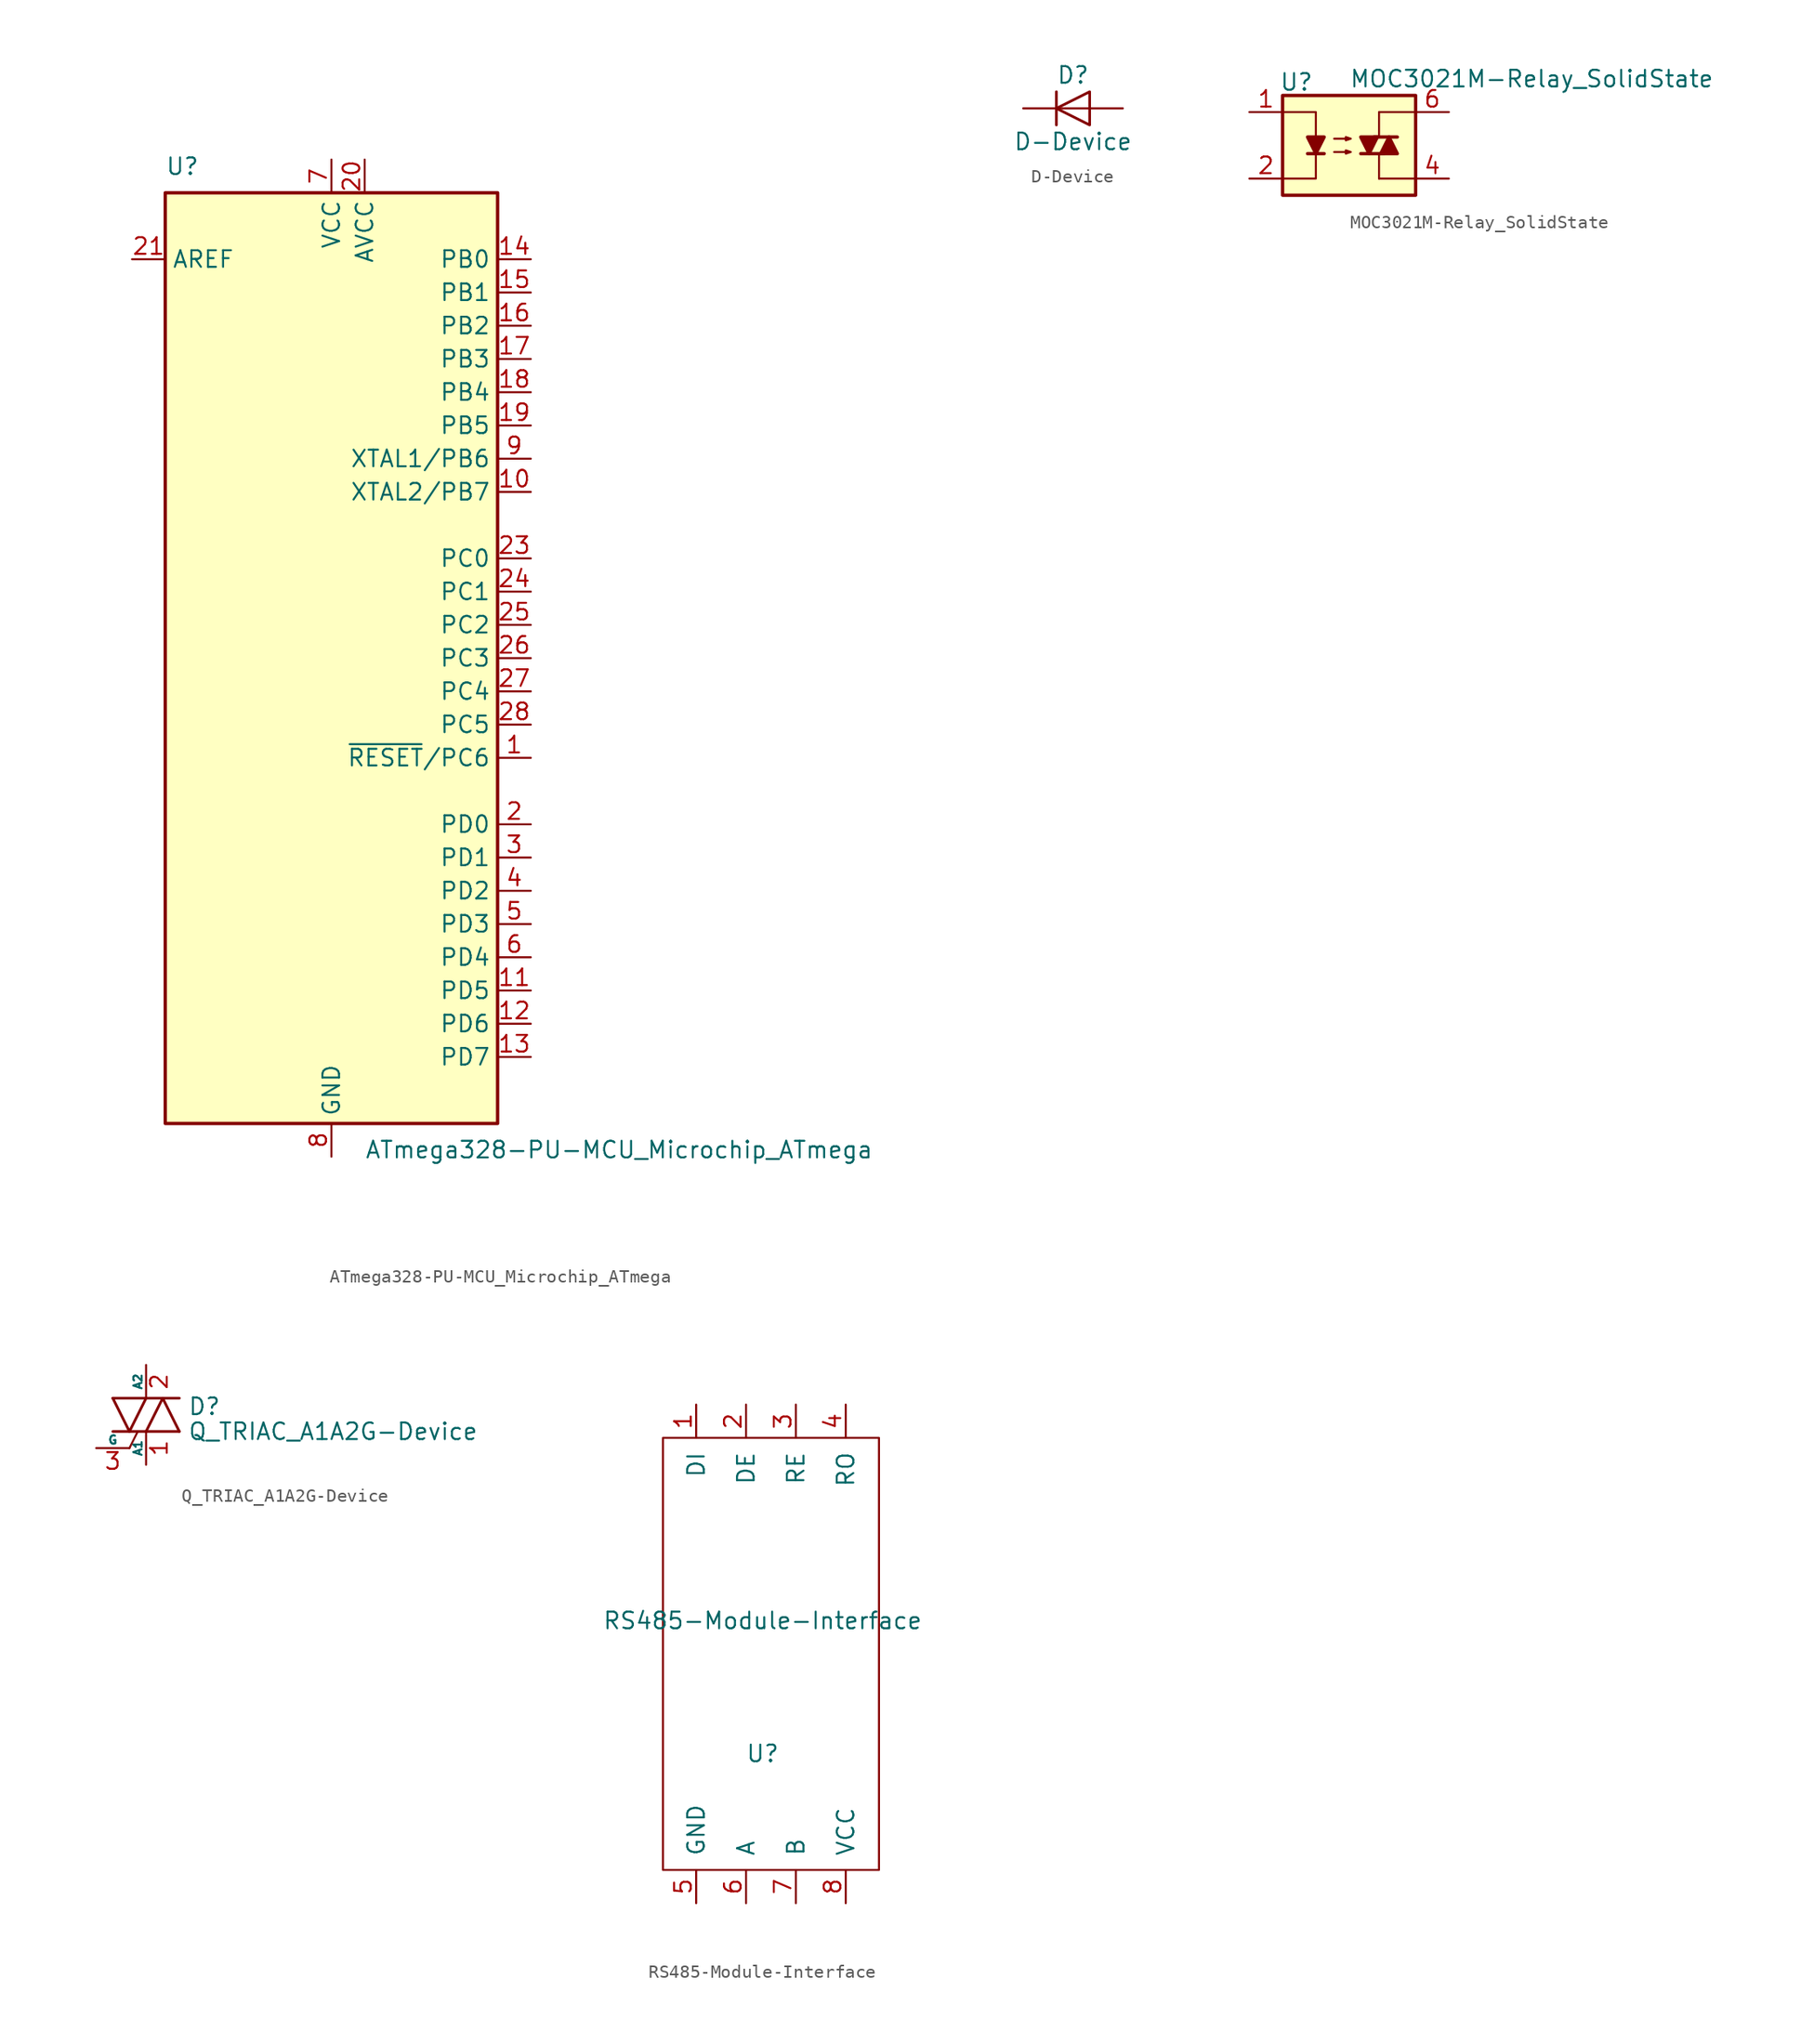
<source format=kicad_sym>
(kicad_symbol_lib
  (version 20220914)
  (generator kicad_symbol_editor)
  (symbol "ATmega328-PU-MCU_Microchip_ATmega"
    (property "Reference" "U"
      (at -12.7 36.83 0)
      (effects (font (size 1.27 1.27)) (justify left bottom)))
    (property "Value" "ATmega328-PU-MCU_Microchip_ATmega"
      (at 2.54 -36.83 0)
      (effects (font (size 1.27 1.27)) (justify left top)))
    (symbol "ATmega328-PU-MCU_Microchip_ATmega_0_1"
      (rectangle (start -12.7 -35.56) (end 12.7 35.56) (stroke (width 0.254) (type solid)) (fill (type background))))
    (symbol "ATmega328-PU-MCU_Microchip_ATmega_1_1"
      (pin bidirectional line (at 15.24 -7.62 180) (length 2.54) (name "~{RESET}/PC6" (effects (font (size 1.27 1.27)))) (number "1" (effects (font (size 1.27 1.27)))))
      (pin bidirectional line (at 15.24 12.7 180) (length 2.54) (name "XTAL2/PB7" (effects (font (size 1.27 1.27)))) (number "10" (effects (font (size 1.27 1.27)))))
      (pin bidirectional line (at 15.24 -25.4 180) (length 2.54) (name "PD5" (effects (font (size 1.27 1.27)))) (number "11" (effects (font (size 1.27 1.27)))))
      (pin bidirectional line (at 15.24 -27.94 180) (length 2.54) (name "PD6" (effects (font (size 1.27 1.27)))) (number "12" (effects (font (size 1.27 1.27)))))
      (pin bidirectional line (at 15.24 -30.48 180) (length 2.54) (name "PD7" (effects (font (size 1.27 1.27)))) (number "13" (effects (font (size 1.27 1.27)))))
      (pin bidirectional line (at 15.24 30.48 180) (length 2.54) (name "PB0" (effects (font (size 1.27 1.27)))) (number "14" (effects (font (size 1.27 1.27)))))
      (pin bidirectional line (at 15.24 27.94 180) (length 2.54) (name "PB1" (effects (font (size 1.27 1.27)))) (number "15" (effects (font (size 1.27 1.27)))))
      (pin bidirectional line (at 15.24 25.4 180) (length 2.54) (name "PB2" (effects (font (size 1.27 1.27)))) (number "16" (effects (font (size 1.27 1.27)))))
      (pin bidirectional line (at 15.24 22.86 180) (length 2.54) (name "PB3" (effects (font (size 1.27 1.27)))) (number "17" (effects (font (size 1.27 1.27)))))
      (pin bidirectional line (at 15.24 20.32 180) (length 2.54) (name "PB4" (effects (font (size 1.27 1.27)))) (number "18" (effects (font (size 1.27 1.27)))))
      (pin bidirectional line (at 15.24 17.78 180) (length 2.54) (name "PB5" (effects (font (size 1.27 1.27)))) (number "19" (effects (font (size 1.27 1.27)))))
      (pin bidirectional line (at 15.24 -12.7 180) (length 2.54) (name "PD0" (effects (font (size 1.27 1.27)))) (number "2" (effects (font (size 1.27 1.27)))))
      (pin power_in line (at 2.54 38.1 270) (length 2.54) (name "AVCC" (effects (font (size 1.27 1.27)))) (number "20" (effects (font (size 1.27 1.27)))))
      (pin input line (at -15.24 30.48 0) (length 2.54) (name "AREF" (effects (font (size 1.27 1.27)))) (number "21" (effects (font (size 1.27 1.27)))))
      (pin passive line (at 0 -38.1 90) (length 2.54) hide (name "GND" (effects (font (size 1.27 1.27)))) (number "22" (effects (font (size 1.27 1.27)))))
      (pin bidirectional line (at 15.24 7.62 180) (length 2.54) (name "PC0" (effects (font (size 1.27 1.27)))) (number "23" (effects (font (size 1.27 1.27)))))
      (pin bidirectional line (at 15.24 5.08 180) (length 2.54) (name "PC1" (effects (font (size 1.27 1.27)))) (number "24" (effects (font (size 1.27 1.27)))))
      (pin bidirectional line (at 15.24 2.54 180) (length 2.54) (name "PC2" (effects (font (size 1.27 1.27)))) (number "25" (effects (font (size 1.27 1.27)))))
      (pin bidirectional line (at 15.24 0 180) (length 2.54) (name "PC3" (effects (font (size 1.27 1.27)))) (number "26" (effects (font (size 1.27 1.27)))))
      (pin bidirectional line (at 15.24 -2.54 180) (length 2.54) (name "PC4" (effects (font (size 1.27 1.27)))) (number "27" (effects (font (size 1.27 1.27)))))
      (pin bidirectional line (at 15.24 -5.08 180) (length 2.54) (name "PC5" (effects (font (size 1.27 1.27)))) (number "28" (effects (font (size 1.27 1.27)))))
      (pin bidirectional line (at 15.24 -15.24 180) (length 2.54) (name "PD1" (effects (font (size 1.27 1.27)))) (number "3" (effects (font (size 1.27 1.27)))))
      (pin bidirectional line (at 15.24 -17.78 180) (length 2.54) (name "PD2" (effects (font (size 1.27 1.27)))) (number "4" (effects (font (size 1.27 1.27)))))
      (pin bidirectional line (at 15.24 -20.32 180) (length 2.54) (name "PD3" (effects (font (size 1.27 1.27)))) (number "5" (effects (font (size 1.27 1.27)))))
      (pin bidirectional line (at 15.24 -22.86 180) (length 2.54) (name "PD4" (effects (font (size 1.27 1.27)))) (number "6" (effects (font (size 1.27 1.27)))))
      (pin power_in line (at 0 38.1 270) (length 2.54) (name "VCC" (effects (font (size 1.27 1.27)))) (number "7" (effects (font (size 1.27 1.27)))))
      (pin power_in line (at 0 -38.1 90) (length 2.54) (name "GND" (effects (font (size 1.27 1.27)))) (number "8" (effects (font (size 1.27 1.27)))))
      (pin bidirectional line (at 15.24 15.24 180) (length 2.54) (name "XTAL1/PB6" (effects (font (size 1.27 1.27)))) (number "9" (effects (font (size 1.27 1.27)))))))
  (symbol "D-Device"
    (pin_numbers hide)
    (pin_names
      (offset 1.016) hide)
    (property "Reference" "D"
      (at 0 2.54 0)
      (effects (font (size 1.27 1.27))))
    (property "Value" "D-Device"
      (at 0 -2.54 0)
      (effects (font (size 1.27 1.27))))
    (symbol "D-Device_0_1"
      (polyline (pts (xy -1.27 1.27) (xy -1.27 -1.27)) (stroke (width 0.203) (type solid)) (fill (type none)))
      (polyline (pts (xy 1.27 0) (xy -1.27 0)) (stroke (width 0) (type solid)) (fill (type none)))
      (polyline (pts (xy 1.27 1.27) (xy 1.27 -1.27) (xy -1.27 0) (xy 1.27 1.27)) (stroke (width 0.203) (type solid)) (fill (type none))))
    (symbol "D-Device_1_1"
      (pin passive line (at -3.81 0 0) (length 2.54) (name "K" (effects (font (size 1.27 1.27)))) (number "1" (effects (font (size 1.27 1.27)))))
      (pin passive line (at 3.81 0 180) (length 2.54) (name "A" (effects (font (size 1.27 1.27)))) (number "2" (effects (font (size 1.27 1.27)))))))
  (symbol "MOC3021M-Relay_SolidState"
    (pin_names
      (offset 1.016))
    (property "Reference" "U"
      (at -5.334 4.826 0)
      (effects (font (size 1.27 1.27)) (justify left)))
    (property "Value" "MOC3021M-Relay_SolidState"
      (at 0 5.08 0)
      (effects (font (size 1.27 1.27)) (justify left)))
    (symbol "MOC3021M-Relay_SolidState_0_1"
      (rectangle (start -5.08 3.81) (end 5.08 -3.81) (stroke (width 0.254) (type solid)) (fill (type background)))
      (polyline (pts (xy -3.175 -0.635) (xy -1.905 -0.635)) (stroke (width 0.254) (type solid)) (fill (type none)))
      (polyline (pts (xy 1.905 0.635) (xy 3.683 0.635)) (stroke (width 0.254) (type solid)) (fill (type none)))
      (polyline (pts (xy 2.286 -2.54) (xy 2.286 -0.635)) (stroke (width 0) (type solid)) (fill (type none)))
      (polyline (pts (xy 2.286 -2.54) (xy 5.08 -2.54)) (stroke (width 0) (type solid)) (fill (type none)))
      (polyline (pts (xy 2.286 2.54) (xy 2.286 0.635)) (stroke (width 0) (type solid)) (fill (type none)))
      (polyline (pts (xy 2.286 2.54) (xy 5.08 2.54)) (stroke (width 0) (type solid)) (fill (type none)))
      (polyline (pts (xy 2.667 -0.635) (xy 0.889 -0.635)) (stroke (width 0.254) (type solid)) (fill (type none)))
      (polyline (pts (xy -5.08 2.54) (xy -2.54 2.54) (xy -2.54 0.635)) (stroke (width 0) (type solid)) (fill (type none)))
      (polyline (pts (xy -2.54 -0.635) (xy -2.54 -2.54) (xy -5.08 -2.54)) (stroke (width 0) (type solid)) (fill (type none)))
      (polyline (pts (xy -2.54 -0.635) (xy -3.175 0.635) (xy -1.905 0.635) (xy -2.54 -0.635)) (stroke (width 0.254) (type solid)) (fill (type outline)))
      (polyline (pts (xy 1.524 -0.635) (xy 2.159 0.635) (xy 0.889 0.635) (xy 1.524 -0.635)) (stroke (width 0.254) (type solid)) (fill (type outline)))
      (polyline (pts (xy 3.048 0.635) (xy 2.413 -0.635) (xy 3.683 -0.635) (xy 3.048 0.635)) (stroke (width 0.254) (type solid)) (fill (type outline)))
      (polyline (pts (xy -1.143 -0.508) (xy 0.127 -0.508) (xy -0.254 -0.635) (xy -0.254 -0.381) (xy 0.127 -0.508)) (stroke (width 0) (type solid)) (fill (type none)))
      (polyline (pts (xy -1.143 0.508) (xy 0.127 0.508) (xy -0.254 0.381) (xy -0.254 0.635) (xy 0.127 0.508)) (stroke (width 0) (type solid)) (fill (type none))))
    (symbol "MOC3021M-Relay_SolidState_1_1"
      (pin passive line (at -7.62 2.54 0) (length 2.54) (name "~" (effects (font (size 1.27 1.27)))) (number "1" (effects (font (size 1.27 1.27)))))
      (pin passive line (at -7.62 -2.54 0) (length 2.54) (name "~" (effects (font (size 1.27 1.27)))) (number "2" (effects (font (size 1.27 1.27)))))
      (pin no_connect line (at -7.62 0 0) (length 2.54) hide (name "NC" (effects (font (size 1.27 1.27)))) (number "3" (effects (font (size 1.27 1.27)))))
      (pin passive line (at 7.62 -2.54 180) (length 2.54) (name "~" (effects (font (size 1.27 1.27)))) (number "4" (effects (font (size 1.27 1.27)))))
      (pin no_connect line (at 7.62 0 180) (length 2.54) hide (name "NC" (effects (font (size 1.27 1.27)))) (number "5" (effects (font (size 1.27 1.27)))))
      (pin passive line (at 7.62 2.54 180) (length 2.54) (name "~" (effects (font (size 1.27 1.27)))) (number "6" (effects (font (size 1.27 1.27)))))))
  (symbol "Q_TRIAC_A1A2G-Device"
    (pin_names
      (offset 0))
    (property "Reference" "D"
      (at 3.175 0.635 0)
      (effects (font (size 1.27 1.27)) (justify left)))
    (property "Value" "Q_TRIAC_A1A2G-Device"
      (at 3.175 -1.27 0)
      (effects (font (size 1.27 1.27)) (justify left)))
    (symbol "Q_TRIAC_A1A2G-Device_0_1"
      (polyline (pts (xy -2.54 -1.27) (xy 2.54 -1.27)) (stroke (width 0.203) (type solid)) (fill (type none)))
      (polyline (pts (xy -2.54 1.27) (xy 2.54 1.27)) (stroke (width 0.203) (type solid)) (fill (type none)))
      (polyline (pts (xy -1.27 -2.54) (xy -0.635 -1.27)) (stroke (width 0) (type solid)) (fill (type none)))
      (polyline (pts (xy -2.54 1.27) (xy -1.27 -1.27) (xy 0 1.27)) (stroke (width 0.203) (type solid)) (fill (type none)))
      (polyline (pts (xy 0 -1.27) (xy 1.27 1.27) (xy 2.54 -1.27)) (stroke (width 0.203) (type solid)) (fill (type none))))
    (symbol "Q_TRIAC_A1A2G-Device_1_1"
      (pin passive line (at 0 -3.81 90) (length 2.54) (name "A1" (effects (font (size 0.635 0.635)))) (number "1" (effects (font (size 1.27 1.27)))))
      (pin passive line (at 0 3.81 270) (length 2.54) (name "A2" (effects (font (size 0.635 0.635)))) (number "2" (effects (font (size 1.27 1.27)))))
      (pin input line (at -3.81 -2.54 0) (length 2.54) (name "G" (effects (font (size 0.635 0.635)))) (number "3" (effects (font (size 1.27 1.27)))))))
  (symbol "RS485-Module-Interface"
    (pin_names
      (offset 1.016))
    (property "Reference" "U"
      (at -1.27 -7.62 0)
      (effects (font (size 1.27 1.27))))
    (property "Value" "RS485-Module-Interface"
      (at -1.27 2.54 0)
      (effects (font (size 1.27 1.27))))
    (symbol "RS485-Module-Interface_0_1"
      (rectangle (start -8.89 16.51) (end 7.62 -16.51) (stroke (width 0) (type solid)) (fill (type none))))
    (symbol "RS485-Module-Interface_1_1"
      (pin input line (at -6.35 19.05 270) (length 2.54) (name "DI" (effects (font (size 1.27 1.27)))) (number "1" (effects (font (size 1.27 1.27)))))
      (pin input line (at -2.54 19.05 270) (length 2.54) (name "DE" (effects (font (size 1.27 1.27)))) (number "2" (effects (font (size 1.27 1.27)))))
      (pin input line (at 1.27 19.05 270) (length 2.54) (name "RE" (effects (font (size 1.27 1.27)))) (number "3" (effects (font (size 1.27 1.27)))))
      (pin input line (at 5.08 19.05 270) (length 2.54) (name "RO" (effects (font (size 1.27 1.27)))) (number "4" (effects (font (size 1.27 1.27)))))
      (pin power_in line (at -6.35 -19.05 90) (length 2.54) (name "GND" (effects (font (size 1.27 1.27)))) (number "5" (effects (font (size 1.27 1.27)))))
      (pin bidirectional line (at -2.54 -19.05 90) (length 2.54) (name "A" (effects (font (size 1.27 1.27)))) (number "6" (effects (font (size 1.27 1.27)))))
      (pin bidirectional line (at 1.27 -19.05 90) (length 2.54) (name "B" (effects (font (size 1.27 1.27)))) (number "7" (effects (font (size 1.27 1.27)))))
      (pin power_in line (at 5.08 -19.05 90) (length 2.54) (name "VCC" (effects (font (size 1.27 1.27)))) (number "8" (effects (font (size 1.27 1.27))))))))
</source>
